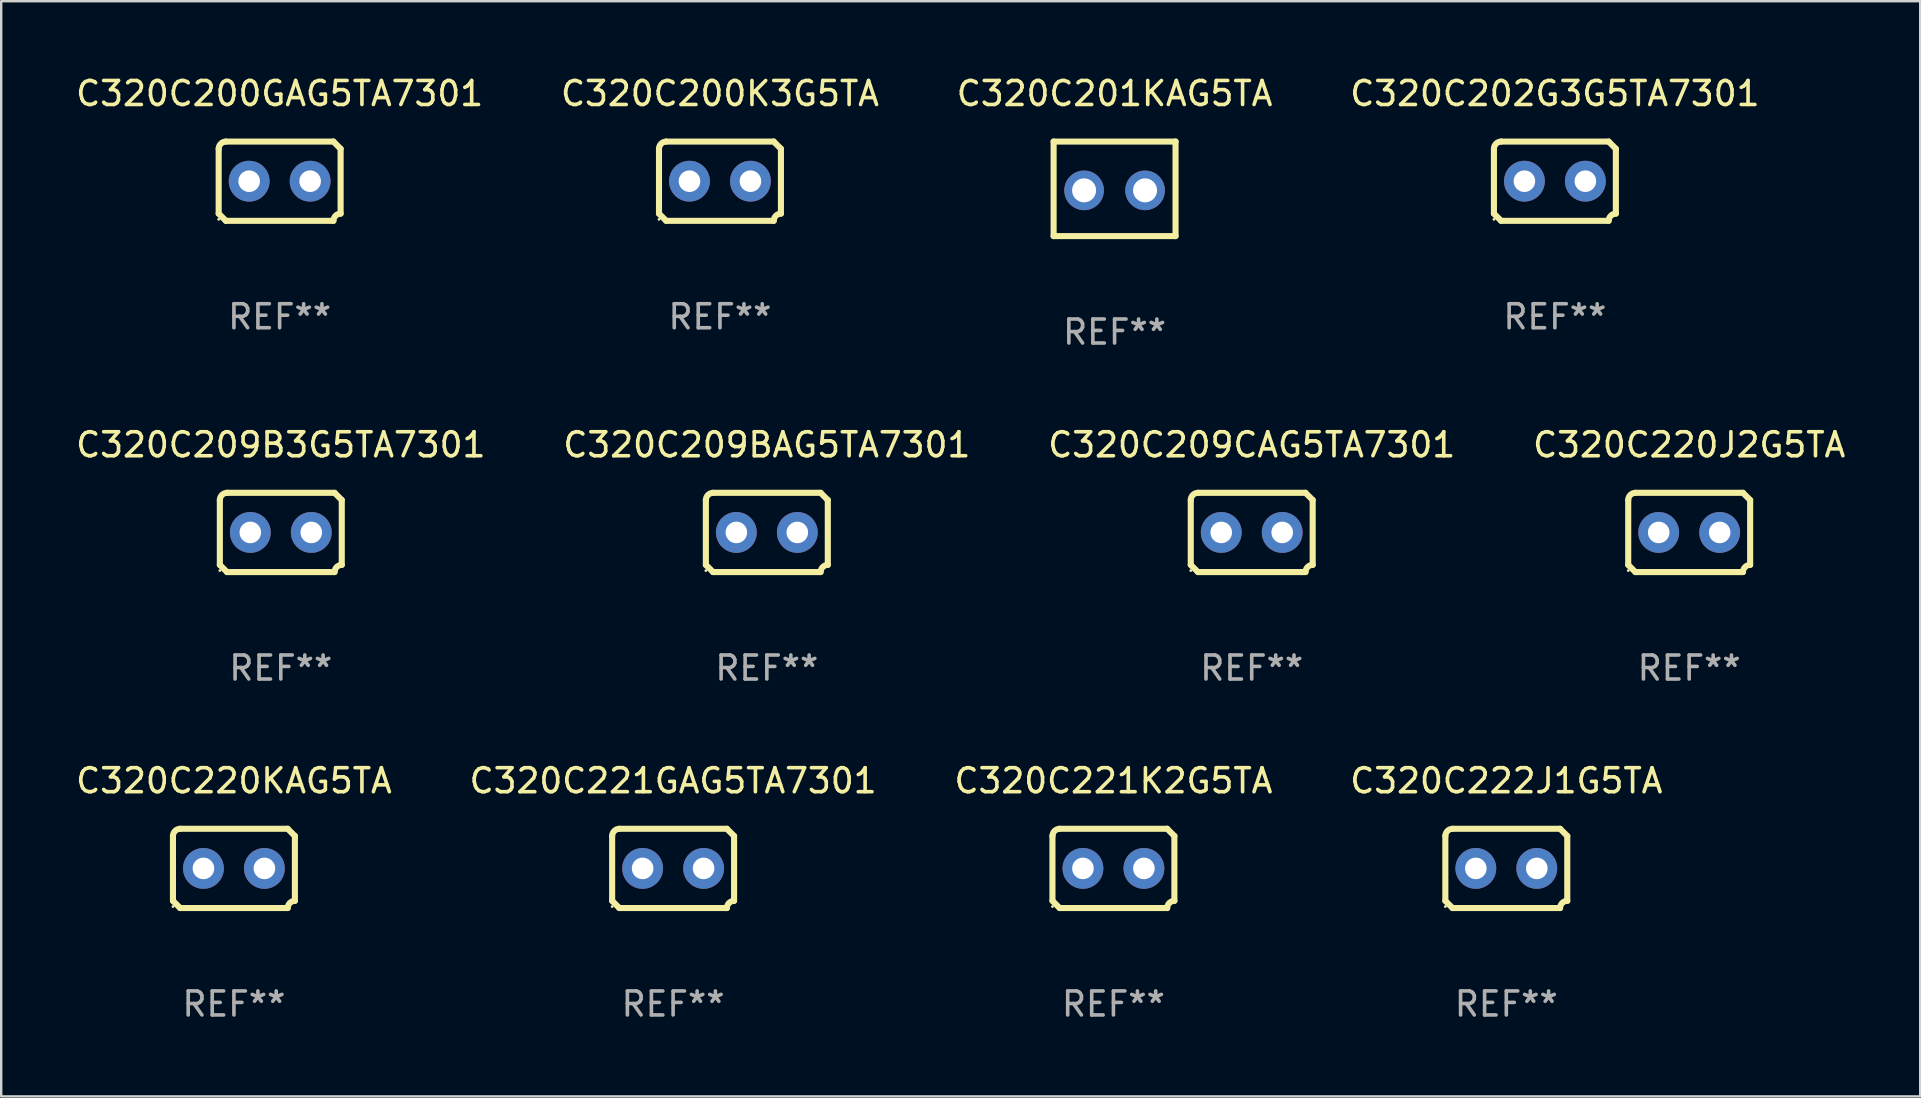
<source format=kicad_pcb>
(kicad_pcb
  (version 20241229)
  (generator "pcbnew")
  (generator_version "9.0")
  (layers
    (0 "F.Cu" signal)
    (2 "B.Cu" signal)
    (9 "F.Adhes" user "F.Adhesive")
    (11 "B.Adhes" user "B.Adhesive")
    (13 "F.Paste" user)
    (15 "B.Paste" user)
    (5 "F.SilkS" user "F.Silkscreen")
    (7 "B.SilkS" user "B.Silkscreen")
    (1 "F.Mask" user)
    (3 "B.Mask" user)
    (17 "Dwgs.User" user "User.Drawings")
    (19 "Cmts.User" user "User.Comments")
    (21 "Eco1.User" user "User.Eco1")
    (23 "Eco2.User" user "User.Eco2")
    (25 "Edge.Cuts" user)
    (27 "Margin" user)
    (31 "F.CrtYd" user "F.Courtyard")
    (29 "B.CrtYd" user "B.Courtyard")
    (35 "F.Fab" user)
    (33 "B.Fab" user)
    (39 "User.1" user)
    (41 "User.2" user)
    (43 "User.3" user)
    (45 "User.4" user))
  (footprint "C320C200GAG5TA7301"
    (layer "F.Cu")
    (at 8.601 4.499)
    (property "Reference" "C320C200GAG5TA7301" (at 0 -3.651 0) (layer "F.SilkS") (effects (font (size 1 1) (thickness 0.15))))
    (attr through_hole)
    (fp_line (start -2.54 -1.351) (end -2.54 1.351) (stroke (width 0.254) (type solid)) (layer "F.SilkS"))
    (fp_line (start -2.24 -1.651) (end 2.24 -1.651) (stroke (width 0.254) (type solid)) (layer "F.SilkS"))
    (fp_line (start 2.24 1.651) (end -2.24 1.651) (stroke (width 0.254) (type solid)) (layer "F.SilkS"))
    (fp_line (start 2.54 1.351) (end 2.54 -1.351) (stroke (width 0.254) (type solid)) (layer "F.SilkS"))
    (fp_arc (start -2.540005 -1.351283) (mid -2.450115 -1.561309) (end -2.240005 -1.651003) (stroke (width 0.254001) (type solid)) (layer "F.SilkS"))
    (fp_arc (start -2.240287 1.651001) (mid -2.390163 1.501019) (end -2.540005 1.351003) (stroke (width 0.254001) (type solid)) (layer "F.SilkS"))
    (fp_arc (start 2.240005 1.651003) (mid 2.329934 1.441015) (end 2.540005 1.351282) (stroke (width 0.254001) (type solid)) (layer "F.SilkS"))
    (fp_arc (start 2.540005 -1.351003) (mid 2.389393 -1.500252) (end 2.240284 -1.651003) (stroke (width 0.254001) (type solid)) (layer "F.SilkS"))
    (fp_circle (center -2.54 1.59) (end -2.51 1.59) (stroke (width 0.06) (type solid)) (fill no) (layer "F.SilkS"))
    (fp_text user "REF**" (at 0 5.651 0) (layer "F.Fab") (effects (font (size 1 1) (thickness 0.15))))
    (pad "1" thru_hole circle (at -1.27 0) (size 1.7 1.7) (drill 0.9) (layers "*.Cu" "*.Mask"))
    (pad "2" thru_hole circle (at 1.27 0) (size 1.7 1.7) (drill 0.9) (layers "*.Cu" "*.Mask")))
  (footprint "C320C201KAG5TA"
    (layer "F.Cu")
    (at 43.387 4.817)
    (property "Reference" "C320C201KAG5TA" (at 0 -3.969 0) (layer "F.SilkS") (effects (font (size 1 1) (thickness 0.15))))
    (attr through_hole)
    (fp_line (start -2.54 -1.969) (end -2.54 1.969) (stroke (width 0.254) (type solid)) (layer "F.SilkS"))
    (fp_line (start -2.54 1.969) (end 2.54 1.969) (stroke (width 0.254) (type solid)) (layer "F.SilkS"))
    (fp_line (start 2.54 -1.969) (end -2.54 -1.969) (stroke (width 0.254) (type solid)) (layer "F.SilkS"))
    (fp_line (start 2.54 1.969) (end 2.54 -1.969) (stroke (width 0.254) (type solid)) (layer "F.SilkS"))
    (fp_circle (center -2.55 1.963) (end -2.52 1.963) (stroke (width 0.06) (type solid)) (fill no) (layer "F.SilkS"))
    (fp_text user "REF**" (at 0 5.969 0) (layer "F.Fab") (effects (font (size 1 1) (thickness 0.15))))
    (pad "1" thru_hole circle (at -1.27 0.064) (size 1.65 1.65) (drill 1) (layers "*.Cu" "*.Mask"))
    (pad "2" thru_hole circle (at 1.27 0.064) (size 1.65 1.65) (drill 1) (layers "*.Cu" "*.Mask")))
  (footprint "C320C221GAG5TA7301"
    (layer "F.Cu")
    (at 24.994 33.131)
    (property "Reference" "C320C221GAG5TA7301" (at 0 -3.651 0) (layer "F.SilkS") (effects (font (size 1 1) (thickness 0.15))))
    (attr through_hole)
    (fp_line (start -2.54 -1.351) (end -2.54 1.351) (stroke (width 0.254) (type solid)) (layer "F.SilkS"))
    (fp_line (start -2.24 -1.651) (end 2.24 -1.651) (stroke (width 0.254) (type solid)) (layer "F.SilkS"))
    (fp_line (start 2.24 1.651) (end -2.24 1.651) (stroke (width 0.254) (type solid)) (layer "F.SilkS"))
    (fp_line (start 2.54 1.351) (end 2.54 -1.351) (stroke (width 0.254) (type solid)) (layer "F.SilkS"))
    (fp_arc (start -2.540005 -1.351283) (mid -2.450115 -1.561309) (end -2.240005 -1.651003) (stroke (width 0.254001) (type solid)) (layer "F.SilkS"))
    (fp_arc (start -2.240287 1.651001) (mid -2.390163 1.501019) (end -2.540005 1.351003) (stroke (width 0.254001) (type solid)) (layer "F.SilkS"))
    (fp_arc (start 2.240005 1.651003) (mid 2.329934 1.441015) (end 2.540005 1.351282) (stroke (width 0.254001) (type solid)) (layer "F.SilkS"))
    (fp_arc (start 2.540005 -1.351003) (mid 2.389393 -1.500252) (end 2.240284 -1.651003) (stroke (width 0.254001) (type solid)) (layer "F.SilkS"))
    (fp_circle (center -2.54 1.59) (end -2.51 1.59) (stroke (width 0.06) (type solid)) (fill no) (layer "F.SilkS"))
    (fp_text user "REF**" (at 0 5.651 0) (layer "F.Fab") (effects (font (size 1 1) (thickness 0.15))))
    (pad "1" thru_hole circle (at -1.27 0) (size 1.7 1.7) (drill 0.9) (layers "*.Cu" "*.Mask"))
    (pad "2" thru_hole circle (at 1.27 0) (size 1.7 1.7) (drill 0.9) (layers "*.Cu" "*.Mask")))
  (footprint "C320C220KAG5TA"
    (layer "F.Cu")
    (at 6.696 33.131)
    (property "Reference" "C320C220KAG5TA" (at 0 -3.651 0) (layer "F.SilkS") (effects (font (size 1 1) (thickness 0.15))))
    (attr through_hole)
    (fp_line (start -2.54 -1.351) (end -2.54 1.351) (stroke (width 0.254) (type solid)) (layer "F.SilkS"))
    (fp_line (start -2.24 -1.651) (end 2.24 -1.651) (stroke (width 0.254) (type solid)) (layer "F.SilkS"))
    (fp_line (start 2.24 1.651) (end -2.24 1.651) (stroke (width 0.254) (type solid)) (layer "F.SilkS"))
    (fp_line (start 2.54 1.351) (end 2.54 -1.351) (stroke (width 0.254) (type solid)) (layer "F.SilkS"))
    (fp_arc (start -2.540005 -1.351283) (mid -2.450115 -1.561309) (end -2.240005 -1.651003) (stroke (width 0.254001) (type solid)) (layer "F.SilkS"))
    (fp_arc (start -2.240287 1.651001) (mid -2.390163 1.501019) (end -2.540005 1.351003) (stroke (width 0.254001) (type solid)) (layer "F.SilkS"))
    (fp_arc (start 2.240005 1.651003) (mid 2.329934 1.441015) (end 2.540005 1.351282) (stroke (width 0.254001) (type solid)) (layer "F.SilkS"))
    (fp_arc (start 2.540005 -1.351003) (mid 2.389393 -1.500252) (end 2.240284 -1.651003) (stroke (width 0.254001) (type solid)) (layer "F.SilkS"))
    (fp_circle (center -2.54 1.59) (end -2.51 1.59) (stroke (width 0.06) (type solid)) (fill no) (layer "F.SilkS"))
    (fp_text user "REF**" (at 0 5.651 0) (layer "F.Fab") (effects (font (size 1 1) (thickness 0.15))))
    (pad "1" thru_hole circle (at -1.27 0) (size 1.7 1.7) (drill 0.9) (layers "*.Cu" "*.Mask"))
    (pad "2" thru_hole circle (at 1.27 0) (size 1.7 1.7) (drill 0.9) (layers "*.Cu" "*.Mask")))
  (footprint "C320C209B3G5TA7301"
    (layer "F.Cu")
    (at 8.649 19.133)
    (property "Reference" "C320C209B3G5TA7301" (at 0 -3.651 0) (layer "F.SilkS") (effects (font (size 1 1) (thickness 0.15))))
    (attr through_hole)
    (fp_line (start -2.54 -1.351) (end -2.54 1.351) (stroke (width 0.254) (type solid)) (layer "F.SilkS"))
    (fp_line (start -2.24 -1.651) (end 2.24 -1.651) (stroke (width 0.254) (type solid)) (layer "F.SilkS"))
    (fp_line (start 2.24 1.651) (end -2.24 1.651) (stroke (width 0.254) (type solid)) (layer "F.SilkS"))
    (fp_line (start 2.54 1.351) (end 2.54 -1.351) (stroke (width 0.254) (type solid)) (layer "F.SilkS"))
    (fp_arc (start -2.540005 -1.351283) (mid -2.450115 -1.561309) (end -2.240005 -1.651003) (stroke (width 0.254001) (type solid)) (layer "F.SilkS"))
    (fp_arc (start -2.240287 1.651001) (mid -2.390163 1.501019) (end -2.540005 1.351003) (stroke (width 0.254001) (type solid)) (layer "F.SilkS"))
    (fp_arc (start 2.240005 1.651003) (mid 2.329934 1.441015) (end 2.540005 1.351282) (stroke (width 0.254001) (type solid)) (layer "F.SilkS"))
    (fp_arc (start 2.540005 -1.351003) (mid 2.389393 -1.500252) (end 2.240284 -1.651003) (stroke (width 0.254001) (type solid)) (layer "F.SilkS"))
    (fp_circle (center -2.54 1.59) (end -2.51 1.59) (stroke (width 0.06) (type solid)) (fill no) (layer "F.SilkS"))
    (fp_text user "REF**" (at 0 5.651 0) (layer "F.Fab") (effects (font (size 1 1) (thickness 0.15))))
    (pad "1" thru_hole circle (at -1.27 0) (size 1.7 1.7) (drill 0.9) (layers "*.Cu" "*.Mask"))
    (pad "2" thru_hole circle (at 1.27 0) (size 1.7 1.7) (drill 0.9) (layers "*.Cu" "*.Mask")))
  (footprint "C320C202G3G5TA7301"
    (layer "F.Cu")
    (at 61.732 4.499)
    (property "Reference" "C320C202G3G5TA7301" (at 0 -3.651 0) (layer "F.SilkS") (effects (font (size 1 1) (thickness 0.15))))
    (attr through_hole)
    (fp_line (start -2.54 -1.351) (end -2.54 1.351) (stroke (width 0.254) (type solid)) (layer "F.SilkS"))
    (fp_line (start -2.24 -1.651) (end 2.24 -1.651) (stroke (width 0.254) (type solid)) (layer "F.SilkS"))
    (fp_line (start 2.24 1.651) (end -2.24 1.651) (stroke (width 0.254) (type solid)) (layer "F.SilkS"))
    (fp_line (start 2.54 1.351) (end 2.54 -1.351) (stroke (width 0.254) (type solid)) (layer "F.SilkS"))
    (fp_arc (start -2.540005 -1.351283) (mid -2.450115 -1.561309) (end -2.240005 -1.651003) (stroke (width 0.254001) (type solid)) (layer "F.SilkS"))
    (fp_arc (start -2.240287 1.651001) (mid -2.390163 1.501019) (end -2.540005 1.351003) (stroke (width 0.254001) (type solid)) (layer "F.SilkS"))
    (fp_arc (start 2.240005 1.651003) (mid 2.329934 1.441015) (end 2.540005 1.351282) (stroke (width 0.254001) (type solid)) (layer "F.SilkS"))
    (fp_arc (start 2.540005 -1.351003) (mid 2.389393 -1.500252) (end 2.240284 -1.651003) (stroke (width 0.254001) (type solid)) (layer "F.SilkS"))
    (fp_circle (center -2.54 1.59) (end -2.51 1.59) (stroke (width 0.06) (type solid)) (fill no) (layer "F.SilkS"))
    (fp_text user "REF**" (at 0 5.651 0) (layer "F.Fab") (effects (font (size 1 1) (thickness 0.15))))
    (pad "1" thru_hole circle (at -1.27 0) (size 1.7 1.7) (drill 0.9) (layers "*.Cu" "*.Mask"))
    (pad "2" thru_hole circle (at 1.27 0) (size 1.7 1.7) (drill 0.9) (layers "*.Cu" "*.Mask")))
  (footprint "C320C209CAG5TA7301"
    (layer "F.Cu")
    (at 49.101 19.133)
    (property "Reference" "C320C209CAG5TA7301" (at 0 -3.651 0) (layer "F.SilkS") (effects (font (size 1 1) (thickness 0.15))))
    (attr through_hole)
    (fp_line (start -2.54 -1.351) (end -2.54 1.351) (stroke (width 0.254) (type solid)) (layer "F.SilkS"))
    (fp_line (start -2.24 -1.651) (end 2.24 -1.651) (stroke (width 0.254) (type solid)) (layer "F.SilkS"))
    (fp_line (start 2.24 1.651) (end -2.24 1.651) (stroke (width 0.254) (type solid)) (layer "F.SilkS"))
    (fp_line (start 2.54 1.351) (end 2.54 -1.351) (stroke (width 0.254) (type solid)) (layer "F.SilkS"))
    (fp_arc (start -2.540005 -1.351283) (mid -2.450115 -1.561309) (end -2.240005 -1.651003) (stroke (width 0.254001) (type solid)) (layer "F.SilkS"))
    (fp_arc (start -2.240287 1.651001) (mid -2.390163 1.501019) (end -2.540005 1.351003) (stroke (width 0.254001) (type solid)) (layer "F.SilkS"))
    (fp_arc (start 2.240005 1.651003) (mid 2.329934 1.441015) (end 2.540005 1.351282) (stroke (width 0.254001) (type solid)) (layer "F.SilkS"))
    (fp_arc (start 2.540005 -1.351003) (mid 2.389393 -1.500252) (end 2.240284 -1.651003) (stroke (width 0.254001) (type solid)) (layer "F.SilkS"))
    (fp_circle (center -2.54 1.59) (end -2.51 1.59) (stroke (width 0.06) (type solid)) (fill no) (layer "F.SilkS"))
    (fp_text user "REF**" (at 0 5.651 0) (layer "F.Fab") (effects (font (size 1 1) (thickness 0.15))))
    (pad "1" thru_hole circle (at -1.27 0) (size 1.7 1.7) (drill 0.9) (layers "*.Cu" "*.Mask"))
    (pad "2" thru_hole circle (at 1.27 0) (size 1.7 1.7) (drill 0.9) (layers "*.Cu" "*.Mask")))
  (footprint "C320C200K3G5TA"
    (layer "F.Cu")
    (at 26.946 4.499)
    (property "Reference" "C320C200K3G5TA" (at 0 -3.651 0) (layer "F.SilkS") (effects (font (size 1 1) (thickness 0.15))))
    (attr through_hole)
    (fp_line (start -2.54 -1.351) (end -2.54 1.351) (stroke (width 0.254) (type solid)) (layer "F.SilkS"))
    (fp_line (start -2.24 -1.651) (end 2.24 -1.651) (stroke (width 0.254) (type solid)) (layer "F.SilkS"))
    (fp_line (start 2.24 1.651) (end -2.24 1.651) (stroke (width 0.254) (type solid)) (layer "F.SilkS"))
    (fp_line (start 2.54 1.351) (end 2.54 -1.351) (stroke (width 0.254) (type solid)) (layer "F.SilkS"))
    (fp_arc (start -2.540005 -1.351283) (mid -2.450115 -1.561309) (end -2.240005 -1.651003) (stroke (width 0.254001) (type solid)) (layer "F.SilkS"))
    (fp_arc (start -2.240287 1.651001) (mid -2.390163 1.501019) (end -2.540005 1.351003) (stroke (width 0.254001) (type solid)) (layer "F.SilkS"))
    (fp_arc (start 2.240005 1.651003) (mid 2.329934 1.441015) (end 2.540005 1.351282) (stroke (width 0.254001) (type solid)) (layer "F.SilkS"))
    (fp_arc (start 2.540005 -1.351003) (mid 2.389393 -1.500252) (end 2.240284 -1.651003) (stroke (width 0.254001) (type solid)) (layer "F.SilkS"))
    (fp_circle (center -2.54 1.59) (end -2.51 1.59) (stroke (width 0.06) (type solid)) (fill no) (layer "F.SilkS"))
    (fp_text user "REF**" (at 0 5.651 0) (layer "F.Fab") (effects (font (size 1 1) (thickness 0.15))))
    (pad "1" thru_hole circle (at -1.27 0) (size 1.7 1.7) (drill 0.9) (layers "*.Cu" "*.Mask"))
    (pad "2" thru_hole circle (at 1.27 0) (size 1.7 1.7) (drill 0.9) (layers "*.Cu" "*.Mask")))
  (footprint "C320C222J1G5TA"
    (layer "F.Cu")
    (at 59.708 33.131)
    (property "Reference" "C320C222J1G5TA" (at 0 -3.651 0) (layer "F.SilkS") (effects (font (size 1 1) (thickness 0.15))))
    (attr through_hole)
    (fp_line (start -2.54 -1.351) (end -2.54 1.351) (stroke (width 0.254) (type solid)) (layer "F.SilkS"))
    (fp_line (start -2.24 -1.651) (end 2.24 -1.651) (stroke (width 0.254) (type solid)) (layer "F.SilkS"))
    (fp_line (start 2.24 1.651) (end -2.24 1.651) (stroke (width 0.254) (type solid)) (layer "F.SilkS"))
    (fp_line (start 2.54 1.351) (end 2.54 -1.351) (stroke (width 0.254) (type solid)) (layer "F.SilkS"))
    (fp_arc (start -2.540005 -1.351283) (mid -2.450115 -1.561309) (end -2.240005 -1.651003) (stroke (width 0.254001) (type solid)) (layer "F.SilkS"))
    (fp_arc (start -2.240287 1.651001) (mid -2.390163 1.501019) (end -2.540005 1.351003) (stroke (width 0.254001) (type solid)) (layer "F.SilkS"))
    (fp_arc (start 2.240005 1.651003) (mid 2.329934 1.441015) (end 2.540005 1.351282) (stroke (width 0.254001) (type solid)) (layer "F.SilkS"))
    (fp_arc (start 2.540005 -1.351003) (mid 2.389393 -1.500252) (end 2.240284 -1.651003) (stroke (width 0.254001) (type solid)) (layer "F.SilkS"))
    (fp_circle (center -2.54 1.59) (end -2.51 1.59) (stroke (width 0.06) (type solid)) (fill no) (layer "F.SilkS"))
    (fp_text user "REF**" (at 0 5.651 0) (layer "F.Fab") (effects (font (size 1 1) (thickness 0.15))))
    (pad "1" thru_hole circle (at -1.27 0) (size 1.7 1.7) (drill 0.9) (layers "*.Cu" "*.Mask"))
    (pad "2" thru_hole circle (at 1.27 0) (size 1.7 1.7) (drill 0.9) (layers "*.Cu" "*.Mask")))
  (footprint "C320C220J2G5TA"
    (layer "F.Cu")
    (at 67.327 19.133)
    (property "Reference" "C320C220J2G5TA" (at 0 -3.651 0) (layer "F.SilkS") (effects (font (size 1 1) (thickness 0.15))))
    (attr through_hole)
    (fp_line (start -2.54 -1.351) (end -2.54 1.351) (stroke (width 0.254) (type solid)) (layer "F.SilkS"))
    (fp_line (start -2.24 -1.651) (end 2.24 -1.651) (stroke (width 0.254) (type solid)) (layer "F.SilkS"))
    (fp_line (start 2.24 1.651) (end -2.24 1.651) (stroke (width 0.254) (type solid)) (layer "F.SilkS"))
    (fp_line (start 2.54 1.351) (end 2.54 -1.351) (stroke (width 0.254) (type solid)) (layer "F.SilkS"))
    (fp_arc (start -2.540005 -1.351283) (mid -2.450115 -1.561309) (end -2.240005 -1.651003) (stroke (width 0.254001) (type solid)) (layer "F.SilkS"))
    (fp_arc (start -2.240287 1.651001) (mid -2.390163 1.501019) (end -2.540005 1.351003) (stroke (width 0.254001) (type solid)) (layer "F.SilkS"))
    (fp_arc (start 2.240005 1.651003) (mid 2.329934 1.441015) (end 2.540005 1.351282) (stroke (width 0.254001) (type solid)) (layer "F.SilkS"))
    (fp_arc (start 2.540005 -1.351003) (mid 2.389393 -1.500252) (end 2.240284 -1.651003) (stroke (width 0.254001) (type solid)) (layer "F.SilkS"))
    (fp_circle (center -2.54 1.59) (end -2.51 1.59) (stroke (width 0.06) (type solid)) (fill no) (layer "F.SilkS"))
    (fp_text user "REF**" (at 0 5.651 0) (layer "F.Fab") (effects (font (size 1 1) (thickness 0.15))))
    (pad "1" thru_hole circle (at -1.27 0) (size 1.7 1.7) (drill 0.9) (layers "*.Cu" "*.Mask"))
    (pad "2" thru_hole circle (at 1.27 0) (size 1.7 1.7) (drill 0.9) (layers "*.Cu" "*.Mask")))
  (footprint "C320C221K2G5TA"
    (layer "F.Cu")
    (at 43.339 33.131)
    (property "Reference" "C320C221K2G5TA" (at 0 -3.651 0) (layer "F.SilkS") (effects (font (size 1 1) (thickness 0.15))))
    (attr through_hole)
    (fp_line (start -2.54 -1.351) (end -2.54 1.351) (stroke (width 0.254) (type solid)) (layer "F.SilkS"))
    (fp_line (start -2.24 -1.651) (end 2.24 -1.651) (stroke (width 0.254) (type solid)) (layer "F.SilkS"))
    (fp_line (start 2.24 1.651) (end -2.24 1.651) (stroke (width 0.254) (type solid)) (layer "F.SilkS"))
    (fp_line (start 2.54 1.351) (end 2.54 -1.351) (stroke (width 0.254) (type solid)) (layer "F.SilkS"))
    (fp_arc (start -2.540005 -1.351283) (mid -2.450115 -1.561309) (end -2.240005 -1.651003) (stroke (width 0.254001) (type solid)) (layer "F.SilkS"))
    (fp_arc (start -2.240287 1.651001) (mid -2.390163 1.501019) (end -2.540005 1.351003) (stroke (width 0.254001) (type solid)) (layer "F.SilkS"))
    (fp_arc (start 2.240005 1.651003) (mid 2.329934 1.441015) (end 2.540005 1.351282) (stroke (width 0.254001) (type solid)) (layer "F.SilkS"))
    (fp_arc (start 2.540005 -1.351003) (mid 2.389393 -1.500252) (end 2.240284 -1.651003) (stroke (width 0.254001) (type solid)) (layer "F.SilkS"))
    (fp_circle (center -2.54 1.59) (end -2.51 1.59) (stroke (width 0.06) (type solid)) (fill no) (layer "F.SilkS"))
    (fp_text user "REF**" (at 0 5.651 0) (layer "F.Fab") (effects (font (size 1 1) (thickness 0.15))))
    (pad "1" thru_hole circle (at -1.27 0) (size 1.7 1.7) (drill 0.9) (layers "*.Cu" "*.Mask"))
    (pad "2" thru_hole circle (at 1.27 0) (size 1.7 1.7) (drill 0.9) (layers "*.Cu" "*.Mask")))
  (footprint "C320C209BAG5TA7301"
    (layer "F.Cu")
    (at 28.899 19.133)
    (property "Reference" "C320C209BAG5TA7301" (at 0 -3.651 0) (layer "F.SilkS") (effects (font (size 1 1) (thickness 0.15))))
    (attr through_hole)
    (fp_line (start -2.54 -1.351) (end -2.54 1.351) (stroke (width 0.254) (type solid)) (layer "F.SilkS"))
    (fp_line (start -2.24 -1.651) (end 2.24 -1.651) (stroke (width 0.254) (type solid)) (layer "F.SilkS"))
    (fp_line (start 2.24 1.651) (end -2.24 1.651) (stroke (width 0.254) (type solid)) (layer "F.SilkS"))
    (fp_line (start 2.54 1.351) (end 2.54 -1.351) (stroke (width 0.254) (type solid)) (layer "F.SilkS"))
    (fp_arc (start -2.540005 -1.351283) (mid -2.450115 -1.561309) (end -2.240005 -1.651003) (stroke (width 0.254001) (type solid)) (layer "F.SilkS"))
    (fp_arc (start -2.240287 1.651001) (mid -2.390163 1.501019) (end -2.540005 1.351003) (stroke (width 0.254001) (type solid)) (layer "F.SilkS"))
    (fp_arc (start 2.240005 1.651003) (mid 2.329934 1.441015) (end 2.540005 1.351282) (stroke (width 0.254001) (type solid)) (layer "F.SilkS"))
    (fp_arc (start 2.540005 -1.351003) (mid 2.389393 -1.500252) (end 2.240284 -1.651003) (stroke (width 0.254001) (type solid)) (layer "F.SilkS"))
    (fp_circle (center -2.54 1.59) (end -2.51 1.59) (stroke (width 0.06) (type solid)) (fill no) (layer "F.SilkS"))
    (fp_text user "REF**" (at 0 5.651 0) (layer "F.Fab") (effects (font (size 1 1) (thickness 0.15))))
    (pad "1" thru_hole circle (at -1.27 0) (size 1.7 1.7) (drill 0.9) (layers "*.Cu" "*.Mask"))
    (pad "2" thru_hole circle (at 1.27 0) (size 1.7 1.7) (drill 0.9) (layers "*.Cu" "*.Mask")))
  (gr_rect
    (start -3 -3)
    (end 76.952 42.631)
    (stroke (width 0.1) (type default))
    (fill no)
    (layer "Edge.Cuts")))
</source>
